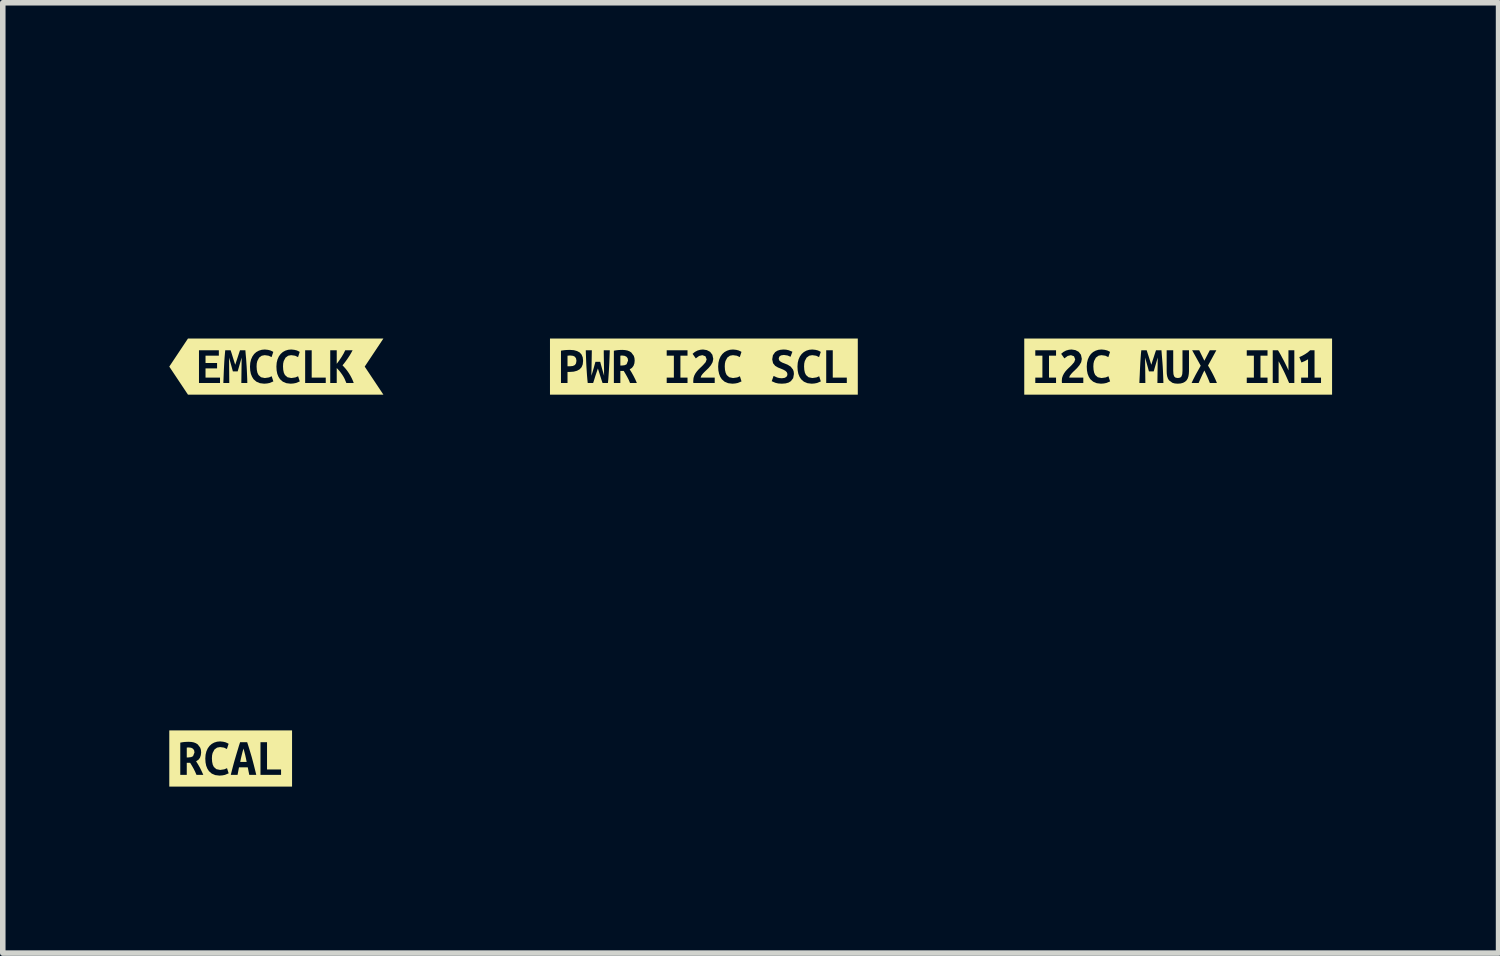
<source format=kicad_pcb>
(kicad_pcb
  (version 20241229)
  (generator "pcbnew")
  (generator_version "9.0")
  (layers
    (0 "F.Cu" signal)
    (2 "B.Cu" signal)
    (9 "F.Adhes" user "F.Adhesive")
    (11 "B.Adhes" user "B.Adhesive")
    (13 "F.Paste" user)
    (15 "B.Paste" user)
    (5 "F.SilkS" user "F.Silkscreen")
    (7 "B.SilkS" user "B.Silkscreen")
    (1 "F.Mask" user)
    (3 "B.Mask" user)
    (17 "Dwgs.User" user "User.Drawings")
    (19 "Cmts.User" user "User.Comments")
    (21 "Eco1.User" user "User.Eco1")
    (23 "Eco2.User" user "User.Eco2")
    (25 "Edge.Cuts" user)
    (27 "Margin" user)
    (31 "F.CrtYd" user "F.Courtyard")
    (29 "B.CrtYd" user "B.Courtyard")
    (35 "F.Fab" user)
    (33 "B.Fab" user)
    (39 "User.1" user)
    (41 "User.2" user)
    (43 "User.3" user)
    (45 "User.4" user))
  (footprint "kibuzzard-659D728A"
    (layer "F.Cu")
    (at 18.177 3.555)
    (property "Reference" "kibuzzard-659D728A" (at 0 -3.554 0) (layer "F.SilkS") (effects (font (size 0.001 0.001) (thickness 0.15))))
    (attr board_only exclude_from_pos_files exclude_from_bom)
    (fp_poly (pts (xy -2.574 -0.506) (xy -2.773 -0.506) (xy -2.773 0.506) (xy -2.574 0.506) (xy -2.574 0.295) (xy -2.574 0.198) (xy -2.446 0.198) (xy -2.446 -0.197) (xy -2.574 -0.197) (xy -2.574 -0.294) (xy -2.2 -0.294) (xy -2.2 -0.197) (xy -2.327 -0.197) (xy -2.327 0.198) (xy -2.2 0.198) (xy -2.2 0.295) (xy -2.574 0.295) (xy -2.574 0.506) (xy -1.709 0.506) (xy -1.709 0.295) (xy -2.094 0.295) (xy -2.096 0.271) (xy -2.096 0.251) (xy -2.092 0.206) (xy -2.078 0.164) (xy -2.058 0.125) (xy -2.034 0.09) (xy -2.005 0.057) (xy -1.975 0.027) (xy -1.945 -0.001) (xy -1.917 -0.029) (xy -1.873 -0.08) (xy -1.855 -0.13) (xy -1.877 -0.186) (xy -1.932 -0.206) (xy -1.99 -0.192) (xy -2.05 -0.148) (xy -2.108 -0.23) (xy -2.067 -0.264) (xy -2.02 -0.289) (xy -1.97 -0.303) (xy -1.921 -0.308) (xy -1.851 -0.297) (xy -1.792 -0.266) (xy -1.751 -0.213) (xy -1.736 -0.139) (xy -1.747 -0.08) (xy -1.778 -0.026) (xy -1.821 0.026) (xy -1.869 0.073) (xy -1.898 0.1) (xy -1.928 0.133) (xy -1.953 0.167) (xy -1.963 0.198) (xy -1.709 0.198) (xy -1.709 0.295) (xy -1.709 0.506) (xy -1.391 0.506) (xy -1.391 0.308) (xy -1.468 0.299) (xy -1.531 0.272) (xy -1.582 0.228) (xy -1.61 0.183) (xy -1.631 0.131) (xy -1.643 0.07) (xy -1.647 0) (xy -1.642 -0.069) (xy -1.627 -0.13) (xy -1.603 -0.183) (xy -1.572 -0.227) (xy -1.533 -0.262) (xy -1.487 -0.287) (xy -1.436 -0.303) (xy -1.38 -0.308) (xy -1.323 -0.302) (xy -1.279 -0.291) (xy -1.247 -0.276) (xy -1.227 -0.265) (xy -1.258 -0.171) (xy -1.311 -0.196) (xy -1.382 -0.206) (xy -1.435 -0.196) (xy -1.482 -0.162) (xy -1.515 -0.1) (xy -1.525 -0.056) (xy -1.528 -0.003) (xy -1.524 0.059) (xy -1.513 0.111) (xy -1.494 0.152) (xy -1.448 0.192) (xy -1.38 0.206) (xy -1.304 0.195) (xy -1.256 0.174) (xy -1.226 0.267) (xy -1.293 0.295) (xy -1.339 0.304) (xy -1.391 0.308) (xy -1.391 0.506) (xy -0.266 0.506) (xy -0.266 0.295) (xy -0.374 0.295) (xy -0.368 -0.163) (xy -0.441 0.087) (xy -0.526 0.087) (xy -0.596 -0.163) (xy -0.591 0.295) (xy -0.699 0.295) (xy -0.696 0.221) (xy -0.692 0.145) (xy -0.689 0.067) (xy -0.685 -0.01) (xy -0.681 -0.086) (xy -0.676 -0.16) (xy -0.671 -0.23) (xy -0.664 -0.294) (xy -0.567 -0.294) (xy -0.551 -0.243) (xy -0.529 -0.175) (xy -0.506 -0.102) (xy -0.484 -0.033) (xy -0.461 -0.106) (xy -0.437 -0.179) (xy -0.416 -0.244) (xy -0.399 -0.294) (xy -0.301 -0.294) (xy -0.295 -0.218) (xy -0.289 -0.144) (xy -0.283 -0.071) (xy -0.278 0.001) (xy -0.274 0.074) (xy -0.271 0.146) (xy -0.268 0.22) (xy -0.266 0.295) (xy -0.266 0.506) (xy -0.008 0.506) (xy -0.008 0.308) (xy -0.061 0.304) (xy -0.104 0.292) (xy -0.165 0.247) (xy -0.185 0.214) (xy -0.198 0.175) (xy -0.205 0.131) (xy -0.207 0.082) (xy -0.207 -0.294) (xy -0.089 -0.294) (xy -0.089 0.074) (xy -0.085 0.137) (xy -0.072 0.177) (xy -0.047 0.199) (xy -0.006 0.206) (xy 0.035 0.199) (xy 0.06 0.177) (xy 0.074 0.136) (xy 0.078 0.073) (xy 0.078 -0.294) (xy 0.195 -0.294) (xy 0.195 0.082) (xy 0.192 0.131) (xy 0.185 0.175) (xy 0.172 0.214) (xy 0.152 0.247) (xy 0.124 0.273) (xy 0.089 0.292) (xy 0.045 0.304) (xy -0.008 0.308) (xy -0.008 0.506) (xy 0.571 0.506) (xy 0.571 0.295) (xy 0.551 0.244) (xy 0.527 0.188) (xy 0.5 0.129) (xy 0.472 0.07) (xy 0.444 0.127) (xy 0.417 0.186) (xy 0.391 0.244) (xy 0.369 0.295) (xy 0.242 0.295) (xy 0.271 0.233) (xy 0.29 0.196) (xy 0.311 0.155) (xy 0.334 0.113) (xy 0.359 0.069) (xy 0.383 0.026) (xy 0.406 -0.016) (xy 0.252 -0.294) (xy 0.379 -0.294) (xy 0.472 -0.106) (xy 0.57 -0.294) (xy 0.688 -0.294) (xy 0.538 -0.019) (xy 0.563 0.023) (xy 0.588 0.067) (xy 0.612 0.111) (xy 0.634 0.154) (xy 0.654 0.195) (xy 0.672 0.233) (xy 0.698 0.295) (xy 0.571 0.295) (xy 0.571 0.506) (xy 1.236 0.506) (xy 1.236 0.295) (xy 1.236 0.198) (xy 1.364 0.198) (xy 1.364 -0.197) (xy 1.236 -0.197) (xy 1.236 -0.294) (xy 1.61 -0.294) (xy 1.61 -0.197) (xy 1.483 -0.197) (xy 1.483 0.198) (xy 1.61 0.198) (xy 1.61 0.295) (xy 1.236 0.295) (xy 1.236 0.506) (xy 1.999 0.506) (xy 1.999 0.295) (xy 1.971 0.23) (xy 1.942 0.165) (xy 1.912 0.1) (xy 1.879 0.034) (xy 1.846 -0.031) (xy 1.81 -0.096) (xy 1.81 0.295) (xy 1.704 0.295) (xy 1.704 -0.294) (xy 1.799 -0.294) (xy 1.825 -0.251) (xy 1.852 -0.203) (xy 1.878 -0.154) (xy 1.904 -0.106) (xy 1.928 -0.058) (xy 1.951 -0.011) (xy 1.971 0.031) (xy 1.987 0.069) (xy 1.987 -0.294) (xy 2.093 -0.294) (xy 2.093 0.295) (xy 1.999 0.295) (xy 1.999 0.506) (xy 2.574 0.506) (xy 2.574 0.295) (xy 2.216 0.295) (xy 2.216 0.198) (xy 2.34 0.198) (xy 2.34 -0.131) (xy 2.279 -0.098) (xy 2.221 -0.074) (xy 2.183 -0.171) (xy 2.232 -0.193) (xy 2.286 -0.223) (xy 2.336 -0.257) (xy 2.377 -0.294) (xy 2.457 -0.294) (xy 2.457 0.198) (xy 2.574 0.198) (xy 2.574 0.295) (xy 2.574 0.506) (xy 2.773 0.506) (xy 2.773 -0.506) (xy 2.574 -0.506) (xy -2.574 -0.506)) (stroke (width 0) (type solid)) (fill yes) (layer "F.SilkS")))
  (footprint "kibuzzard-659E6E97"
    (layer "F.Cu")
    (at 1.106 10.616)
    (property "Reference" "kibuzzard-659E6E97" (at 0 -3.554 0) (layer "F.SilkS") (effects (font (size 0.001 0.001) (thickness 0.15))))
    (attr board_only exclude_from_pos_files exclude_from_bom)
    (fp_poly (pts (xy 0.231 -0.18) (xy 0.213 -0.117) (xy 0.198 -0.058) (xy 0.184 0.001) (xy 0.172 0.062) (xy 0.288 0.062) (xy 0.276 0.001) (xy 0.263 -0.058) (xy 0.248 -0.117) (xy 0.231 -0.18)) (stroke (width 0) (type solid)) (fill yes) (layer "F.SilkS"))
    (fp_poly (pts (xy -0.652 -0.109) (xy -0.659 -0.149) (xy -0.68 -0.177) (xy -0.713 -0.194) (xy -0.755 -0.199) (xy -0.772 -0.199) (xy -0.791 -0.196) (xy -0.791 -0.019) (xy -0.765 -0.019) (xy -0.713 -0.025) (xy -0.678 -0.042) (xy -0.652 -0.109)) (stroke (width 0) (type solid)) (fill yes) (layer "F.SilkS"))
    (fp_poly (pts (xy -0.908 -0.506) (xy -1.106 -0.506) (xy -1.106 0.506) (xy -0.908 0.506) (xy -0.493 0.506) (xy -0.493 0.295) (xy -0.616 0.295) (xy -0.64 0.239) (xy -0.667 0.185) (xy -0.697 0.132) (xy -0.73 0.078) (xy -0.791 0.078) (xy -0.791 0.295) (xy -0.908 0.295) (xy -0.908 -0.286) (xy -0.87 -0.293) (xy -0.829 -0.298) (xy -0.789 -0.3) (xy -0.755 -0.301) (xy -0.707 -0.298) (xy -0.664 -0.29) (xy -0.626 -0.275) (xy -0.593 -0.254) (xy -0.548 -0.194) (xy -0.536 -0.154) (xy -0.532 -0.108) (xy -0.538 -0.059) (xy -0.553 -0.014) (xy -0.581 0.023) (xy -0.623 0.05) (xy -0.589 0.104) (xy -0.553 0.167) (xy -0.521 0.233) (xy -0.493 0.295) (xy -0.493 0.506) (xy -0.201 0.506) (xy -0.201 0.308) (xy -0.278 0.299) (xy -0.341 0.272) (xy -0.391 0.228) (xy -0.42 0.183) (xy -0.441 0.131) (xy -0.453 0.07) (xy -0.457 0) (xy -0.452 -0.069) (xy -0.437 -0.13) (xy -0.413 -0.183) (xy -0.381 -0.227) (xy -0.342 -0.262) (xy -0.297 -0.287) (xy -0.245 -0.303) (xy -0.19 -0.308) (xy -0.133 -0.302) (xy -0.089 -0.291) (xy -0.057 -0.276) (xy -0.037 -0.265) (xy -0.068 -0.171) (xy -0.12 -0.196) (xy -0.191 -0.206) (xy -0.245 -0.196) (xy -0.292 -0.162) (xy -0.325 -0.1) (xy -0.335 -0.056) (xy -0.338 -0.003) (xy -0.334 0.059) (xy -0.323 0.111) (xy -0.303 0.152) (xy -0.258 0.192) (xy -0.19 0.206) (xy -0.114 0.195) (xy -0.066 0.174) (xy -0.036 0.267) (xy -0.103 0.295) (xy -0.149 0.304) (xy -0.201 0.308) (xy -0.201 0.506) (xy 0.335 0.506) (xy 0.335 0.295) (xy 0.308 0.159) (xy 0.15 0.159) (xy 0.124 0.295) (xy 0.002 0.295) (xy 0.019 0.227) (xy 0.036 0.161) (xy 0.053 0.097) (xy 0.07 0.036) (xy 0.087 -0.022) (xy 0.108 -0.093) (xy 0.129 -0.162) (xy 0.149 -0.229) (xy 0.17 -0.294) (xy 0.297 -0.294) (xy 0.318 -0.229) (xy 0.339 -0.161) (xy 0.36 -0.091) (xy 0.381 -0.02) (xy 0.397 0.04) (xy 0.413 0.101) (xy 0.429 0.164) (xy 0.445 0.228) (xy 0.461 0.295) (xy 0.335 0.295) (xy 0.335 0.506) (xy 0.908 0.506) (xy 0.908 0.295) (xy 0.537 0.295) (xy 0.537 -0.294) (xy 0.655 -0.294) (xy 0.655 0.198) (xy 0.908 0.198) (xy 0.908 0.295) (xy 0.908 0.506) (xy 1.106 0.506) (xy 1.106 -0.506) (xy 0.908 -0.506) (xy -0.908 -0.506)) (stroke (width 0) (type solid)) (fill yes) (layer "F.SilkS")))
  (footprint "kibuzzard-659D72CA"
    (layer "F.Cu")
    (at 9.632 3.555)
    (property "Reference" "kibuzzard-659D72CA" (at 0 -3.554 0) (layer "F.SilkS") (effects (font (size 0.001 0.001) (thickness 0.15))))
    (attr board_only exclude_from_pos_files exclude_from_bom)
    (fp_poly (pts (xy -1.366 -0.109) (xy -1.373 -0.149) (xy -1.394 -0.177) (xy -1.428 -0.194) (xy -1.47 -0.199) (xy -1.486 -0.199) (xy -1.505 -0.196) (xy -1.505 -0.019) (xy -1.479 -0.019) (xy -1.428 -0.025) (xy -1.393 -0.042) (xy -1.366 -0.109)) (stroke (width 0) (type solid)) (fill yes) (layer "F.SilkS"))
    (fp_poly (pts (xy -2.399 -0.199) (xy -2.428 -0.199) (xy -2.457 -0.196) (xy -2.457 -0.006) (xy -2.41 -0.006) (xy -2.361 -0.011) (xy -2.325 -0.028) (xy -2.304 -0.058) (xy -2.296 -0.105) (xy -2.304 -0.149) (xy -2.325 -0.178) (xy -2.357 -0.194) (xy -2.399 -0.199)) (stroke (width 0) (type solid)) (fill yes) (layer "F.SilkS"))
    (fp_poly (pts (xy -2.575 -0.506) (xy -2.773 -0.506) (xy -2.773 0.506) (xy -2.575 0.506) (xy -2.457 0.506) (xy -2.457 0.295) (xy -2.575 0.295) (xy -2.575 -0.287) (xy -2.536 -0.293) (xy -2.493 -0.298) (xy -2.45 -0.3) (xy -2.413 -0.301) (xy -2.343 -0.296) (xy -2.285 -0.28) (xy -2.238 -0.255) (xy -2.204 -0.217) (xy -2.183 -0.167) (xy -2.176 -0.104) (xy -2.183 -0.04) (xy -2.204 0.011) (xy -2.239 0.049) (xy -2.286 0.075) (xy -2.345 0.091) (xy -2.416 0.096) (xy -2.457 0.096) (xy -2.457 0.295) (xy -2.457 0.506) (xy -1.729 0.506) (xy -1.729 0.295) (xy -1.826 0.295) (xy -1.847 0.233) (xy -1.868 0.166) (xy -1.889 0.099) (xy -1.91 0.034) (xy -1.931 0.097) (xy -1.954 0.165) (xy -1.975 0.233) (xy -1.995 0.295) (xy -2.093 0.295) (xy -2.1 0.228) (xy -2.106 0.156) (xy -2.111 0.081) (xy -2.116 0.006) (xy -2.12 -0.07) (xy -2.123 -0.146) (xy -2.126 -0.222) (xy -2.128 -0.294) (xy -2.019 -0.294) (xy -2.02 -0.237) (xy -2.021 -0.178) (xy -2.022 -0.118) (xy -2.023 -0.059) (xy -2.024 0.000238) (xy -2.025 0.058) (xy -2.026 0.113) (xy -2.026 0.164) (xy -2.006 0.097) (xy -1.985 0.026) (xy -1.967 -0.039) (xy -1.954 -0.086) (xy -1.868 -0.086) (xy -1.856 -0.041) (xy -1.84 0.018) (xy -1.82 0.088) (xy -1.798 0.164) (xy -1.799 0.113) (xy -1.799 0.058) (xy -1.8 0.000357) (xy -1.801 -0.058) (xy -1.802 -0.118) (xy -1.803 -0.178) (xy -1.804 -0.237) (xy -1.804 -0.294) (xy -1.695 -0.294) (xy -1.698 -0.221) (xy -1.701 -0.145) (xy -1.704 -0.069) (xy -1.708 0.007) (xy -1.712 0.082) (xy -1.717 0.156) (xy -1.722 0.228) (xy -1.729 0.295) (xy -1.729 0.506) (xy -1.208 0.506) (xy -1.208 0.295) (xy -1.331 0.295) (xy -1.354 0.239) (xy -1.382 0.185) (xy -1.412 0.132) (xy -1.444 0.078) (xy -1.505 0.078) (xy -1.505 0.295) (xy -1.622 0.295) (xy -1.622 -0.286) (xy -1.584 -0.293) (xy -1.543 -0.298) (xy -1.503 -0.3) (xy -1.47 -0.301) (xy -1.422 -0.298) (xy -1.378 -0.29) (xy -1.34 -0.275) (xy -1.308 -0.254) (xy -1.263 -0.194) (xy -1.251 -0.154) (xy -1.247 -0.108) (xy -1.252 -0.059) (xy -1.268 -0.014) (xy -1.296 0.023) (xy -1.337 0.05) (xy -1.303 0.104) (xy -1.268 0.167) (xy -1.235 0.233) (xy -1.208 0.295) (xy -1.208 0.506) (xy -0.67 0.506) (xy -0.67 0.295) (xy -0.67 0.198) (xy -0.541 0.198) (xy -0.541 -0.197) (xy -0.67 -0.197) (xy -0.67 -0.294) (xy -0.295 -0.294) (xy -0.295 -0.197) (xy -0.423 -0.197) (xy -0.423 0.198) (xy -0.295 0.198) (xy -0.295 0.295) (xy -0.67 0.295) (xy -0.67 0.506) (xy 0.195 0.506) (xy 0.195 0.295) (xy -0.19 0.295) (xy -0.192 0.271) (xy -0.191 0.251) (xy -0.187 0.206) (xy -0.174 0.164) (xy -0.154 0.125) (xy -0.129 0.09) (xy -0.101 0.057) (xy -0.071 0.027) (xy -0.041 -0.001) (xy -0.013 -0.029) (xy 0.032 -0.08) (xy 0.05 -0.13) (xy 0.028 -0.186) (xy -0.028 -0.206) (xy -0.086 -0.192) (xy -0.146 -0.148) (xy -0.204 -0.23) (xy -0.163 -0.264) (xy -0.116 -0.289) (xy -0.066 -0.303) (xy -0.016 -0.308) (xy 0.053 -0.297) (xy 0.112 -0.266) (xy 0.153 -0.213) (xy 0.169 -0.139) (xy 0.157 -0.08) (xy 0.127 -0.026) (xy 0.084 0.026) (xy 0.035 0.073) (xy 0.007 0.1) (xy -0.024 0.133) (xy -0.048 0.167) (xy -0.058 0.198) (xy 0.195 0.198) (xy 0.195 0.295) (xy 0.195 0.506) (xy 0.513 0.506) (xy 0.513 0.308) (xy 0.437 0.299) (xy 0.373 0.272) (xy 0.323 0.228) (xy 0.294 0.183) (xy 0.274 0.131) (xy 0.261 0.07) (xy 0.257 0) (xy 0.262 -0.069) (xy 0.277 -0.13) (xy 0.301 -0.183) (xy 0.333 -0.227) (xy 0.372 -0.262) (xy 0.418 -0.287) (xy 0.469 -0.303) (xy 0.525 -0.308) (xy 0.582 -0.302) (xy 0.626 -0.291) (xy 0.658 -0.276) (xy 0.677 -0.265) (xy 0.647 -0.171) (xy 0.594 -0.196) (xy 0.523 -0.206) (xy 0.469 -0.196) (xy 0.422 -0.162) (xy 0.389 -0.1) (xy 0.379 -0.056) (xy 0.376 -0.003) (xy 0.38 0.059) (xy 0.392 0.111) (xy 0.411 0.152) (xy 0.457 0.192) (xy 0.525 0.206) (xy 0.601 0.195) (xy 0.649 0.174) (xy 0.678 0.267) (xy 0.611 0.295) (xy 0.565 0.304) (xy 0.513 0.308) (xy 0.513 0.506) (xy 1.405 0.506) (xy 1.405 0.308) (xy 1.339 0.304) (xy 1.288 0.292) (xy 1.222 0.263) (xy 1.256 0.168) (xy 1.318 0.196) (xy 1.357 0.206) (xy 1.405 0.21) (xy 1.454 0.203) (xy 1.485 0.186) (xy 1.501 0.161) (xy 1.505 0.133) (xy 1.494 0.101) (xy 1.468 0.076) (xy 1.432 0.056) (xy 1.392 0.039) (xy 1.336 0.017) (xy 1.284 -0.014) (xy 1.246 -0.061) (xy 1.231 -0.131) (xy 1.244 -0.205) (xy 1.284 -0.261) (xy 1.325 -0.287) (xy 1.374 -0.302) (xy 1.433 -0.308) (xy 1.483 -0.305) (xy 1.527 -0.295) (xy 1.595 -0.268) (xy 1.561 -0.177) (xy 1.508 -0.2) (xy 1.441 -0.21) (xy 1.389 -0.202) (xy 1.358 -0.179) (xy 1.348 -0.142) (xy 1.357 -0.112) (xy 1.382 -0.089) (xy 1.415 -0.071) (xy 1.452 -0.057) (xy 1.509 -0.034) (xy 1.564 0.000476) (xy 1.606 0.054) (xy 1.618 0.09) (xy 1.622 0.134) (xy 1.609 0.208) (xy 1.568 0.262) (xy 1.526 0.288) (xy 1.472 0.303) (xy 1.405 0.308) (xy 1.405 0.506) (xy 1.942 0.506) (xy 1.942 0.308) (xy 1.866 0.299) (xy 1.802 0.272) (xy 1.752 0.228) (xy 1.723 0.183) (xy 1.702 0.131) (xy 1.69 0.07) (xy 1.686 0) (xy 1.691 -0.069) (xy 1.706 -0.13) (xy 1.73 -0.183) (xy 1.762 -0.227) (xy 1.801 -0.262) (xy 1.846 -0.287) (xy 1.898 -0.303) (xy 1.954 -0.308) (xy 2.01 -0.302) (xy 2.055 -0.291) (xy 2.086 -0.276) (xy 2.106 -0.265) (xy 2.075 -0.171) (xy 2.023 -0.196) (xy 1.952 -0.206) (xy 1.898 -0.196) (xy 1.851 -0.162) (xy 1.818 -0.1) (xy 1.808 -0.056) (xy 1.805 -0.003) (xy 1.809 0.059) (xy 1.82 0.111) (xy 1.84 0.152) (xy 1.886 0.192) (xy 1.954 0.206) (xy 2.029 0.195) (xy 2.077 0.174) (xy 2.107 0.267) (xy 2.04 0.295) (xy 1.994 0.304) (xy 1.942 0.308) (xy 1.942 0.506) (xy 2.575 0.506) (xy 2.575 0.295) (xy 2.204 0.295) (xy 2.204 -0.294) (xy 2.322 -0.294) (xy 2.322 0.198) (xy 2.575 0.198) (xy 2.575 0.295) (xy 2.575 0.506) (xy 2.773 0.506) (xy 2.773 -0.506) (xy 2.575 -0.506) (xy -2.575 -0.506)) (stroke (width 0) (type solid)) (fill yes) (layer "F.SilkS")))
  (footprint "kibuzzard-659BFD1B"
    (layer "F.Cu")
    (at 1.929 3.555)
    (property "Reference" "kibuzzard-659BFD1B" (at 0 -3.554 0) (layer "F.SilkS") (effects (font (size 0.001 0.001) (thickness 0.15))))
    (attr board_only exclude_from_pos_files exclude_from_bom)
    (fp_poly (pts (xy -1.394 -0.506) (xy -1.592 -0.506) (xy -1.929 0) (xy -1.592 0.506) (xy -1.394 0.506) (xy -1.394 0.295) (xy -1.394 -0.294) (xy -1.036 -0.294) (xy -1.036 -0.197) (xy -1.276 -0.197) (xy -1.276 -0.065) (xy -1.068 -0.065) (xy -1.068 0.032) (xy -1.276 0.032) (xy -1.276 0.198) (xy -1.015 0.198) (xy -1.015 0.295) (xy -1.394 0.295) (xy -1.394 0.506) (xy -0.523 0.506) (xy -0.523 0.295) (xy -0.631 0.295) (xy -0.625 -0.163) (xy -0.697 0.087) (xy -0.783 0.087) (xy -0.852 -0.163) (xy -0.848 0.295) (xy -0.955 0.295) (xy -0.952 0.221) (xy -0.949 0.145) (xy -0.946 0.067) (xy -0.942 -0.01) (xy -0.938 -0.086) (xy -0.933 -0.16) (xy -0.927 -0.23) (xy -0.921 -0.294) (xy -0.824 -0.294) (xy -0.807 -0.243) (xy -0.786 -0.175) (xy -0.763 -0.102) (xy -0.741 -0.033) (xy -0.717 -0.106) (xy -0.693 -0.179) (xy -0.672 -0.244) (xy -0.655 -0.294) (xy -0.558 -0.294) (xy -0.552 -0.218) (xy -0.545 -0.144) (xy -0.54 -0.071) (xy -0.535 0.001) (xy -0.531 0.074) (xy -0.528 0.146) (xy -0.525 0.22) (xy -0.523 0.295) (xy -0.523 0.506) (xy -0.219 0.506) (xy -0.219 0.308) (xy -0.296 0.299) (xy -0.359 0.272) (xy -0.41 0.228) (xy -0.438 0.183) (xy -0.459 0.131) (xy -0.471 0.07) (xy -0.475 0) (xy -0.47 -0.069) (xy -0.455 -0.13) (xy -0.431 -0.183) (xy -0.4 -0.227) (xy -0.361 -0.262) (xy -0.315 -0.287) (xy -0.263 -0.303) (xy -0.208 -0.308) (xy -0.151 -0.302) (xy -0.107 -0.291) (xy -0.075 -0.276) (xy -0.055 -0.265) (xy -0.086 -0.171) (xy -0.139 -0.196) (xy -0.21 -0.206) (xy -0.263 -0.196) (xy -0.31 -0.162) (xy -0.343 -0.1) (xy -0.353 -0.056) (xy -0.356 -0.003) (xy -0.352 0.059) (xy -0.341 0.111) (xy -0.321 0.152) (xy -0.276 0.192) (xy -0.208 0.206) (xy -0.132 0.195) (xy -0.084 0.174) (xy -0.054 0.267) (xy -0.121 0.295) (xy -0.167 0.304) (xy -0.219 0.308) (xy -0.219 0.506) (xy 0.257 0.506) (xy 0.257 0.308) (xy 0.181 0.299) (xy 0.117 0.272) (xy 0.067 0.228) (xy 0.038 0.183) (xy 0.017 0.131) (xy 0.005 0.07) (xy 0.001 0) (xy 0.006 -0.069) (xy 0.021 -0.13) (xy 0.045 -0.183) (xy 0.077 -0.227) (xy 0.116 -0.262) (xy 0.161 -0.287) (xy 0.213 -0.303) (xy 0.269 -0.308) (xy 0.325 -0.302) (xy 0.37 -0.291) (xy 0.401 -0.276) (xy 0.421 -0.265) (xy 0.391 -0.171) (xy 0.338 -0.196) (xy 0.267 -0.206) (xy 0.213 -0.196) (xy 0.166 -0.162) (xy 0.133 -0.1) (xy 0.123 -0.056) (xy 0.12 -0.003) (xy 0.124 0.059) (xy 0.135 0.111) (xy 0.155 0.152) (xy 0.201 0.192) (xy 0.269 0.206) (xy 0.344 0.195) (xy 0.392 0.174) (xy 0.422 0.267) (xy 0.355 0.295) (xy 0.309 0.304) (xy 0.257 0.308) (xy 0.257 0.506) (xy 0.89 0.506) (xy 0.89 0.295) (xy 0.519 0.295) (xy 0.519 -0.294) (xy 0.637 -0.294) (xy 0.637 0.198) (xy 0.89 0.198) (xy 0.89 0.295) (xy 0.89 0.506) (xy 1.261 0.506) (xy 1.261 0.295) (xy 1.231 0.223) (xy 1.211 0.185) (xy 1.188 0.148) (xy 1.163 0.113) (xy 1.138 0.08) (xy 1.088 0.026) (xy 1.088 0.295) (xy 0.971 0.295) (xy 0.971 -0.294) (xy 1.088 -0.294) (xy 1.088 -0.05) (xy 1.132 -0.109) (xy 1.175 -0.173) (xy 1.213 -0.237) (xy 1.241 -0.294) (xy 1.374 -0.294) (xy 1.342 -0.236) (xy 1.322 -0.202) (xy 1.299 -0.167) (xy 1.275 -0.131) (xy 1.248 -0.094) (xy 1.221 -0.058) (xy 1.192 -0.023) (xy 1.221 0.008) (xy 1.252 0.043) (xy 1.281 0.081) (xy 1.309 0.122) (xy 1.335 0.165) (xy 1.358 0.209) (xy 1.378 0.253) (xy 1.394 0.295) (xy 1.261 0.295) (xy 1.261 0.506) (xy 1.394 0.506) (xy 1.592 0.506) (xy 1.929 0.506) (xy 1.592 0) (xy 1.929 -0.506) (xy 1.592 -0.506) (xy 1.394 -0.506) (xy -1.394 -0.506)) (stroke (width 0) (type solid)) (fill yes) (layer "F.SilkS")))
  (gr_rect
    (start -3 -3)
    (end 23.95 14.122)
    (stroke (width 0.1) (type default))
    (fill no)
    (layer "Edge.Cuts")))
</source>
